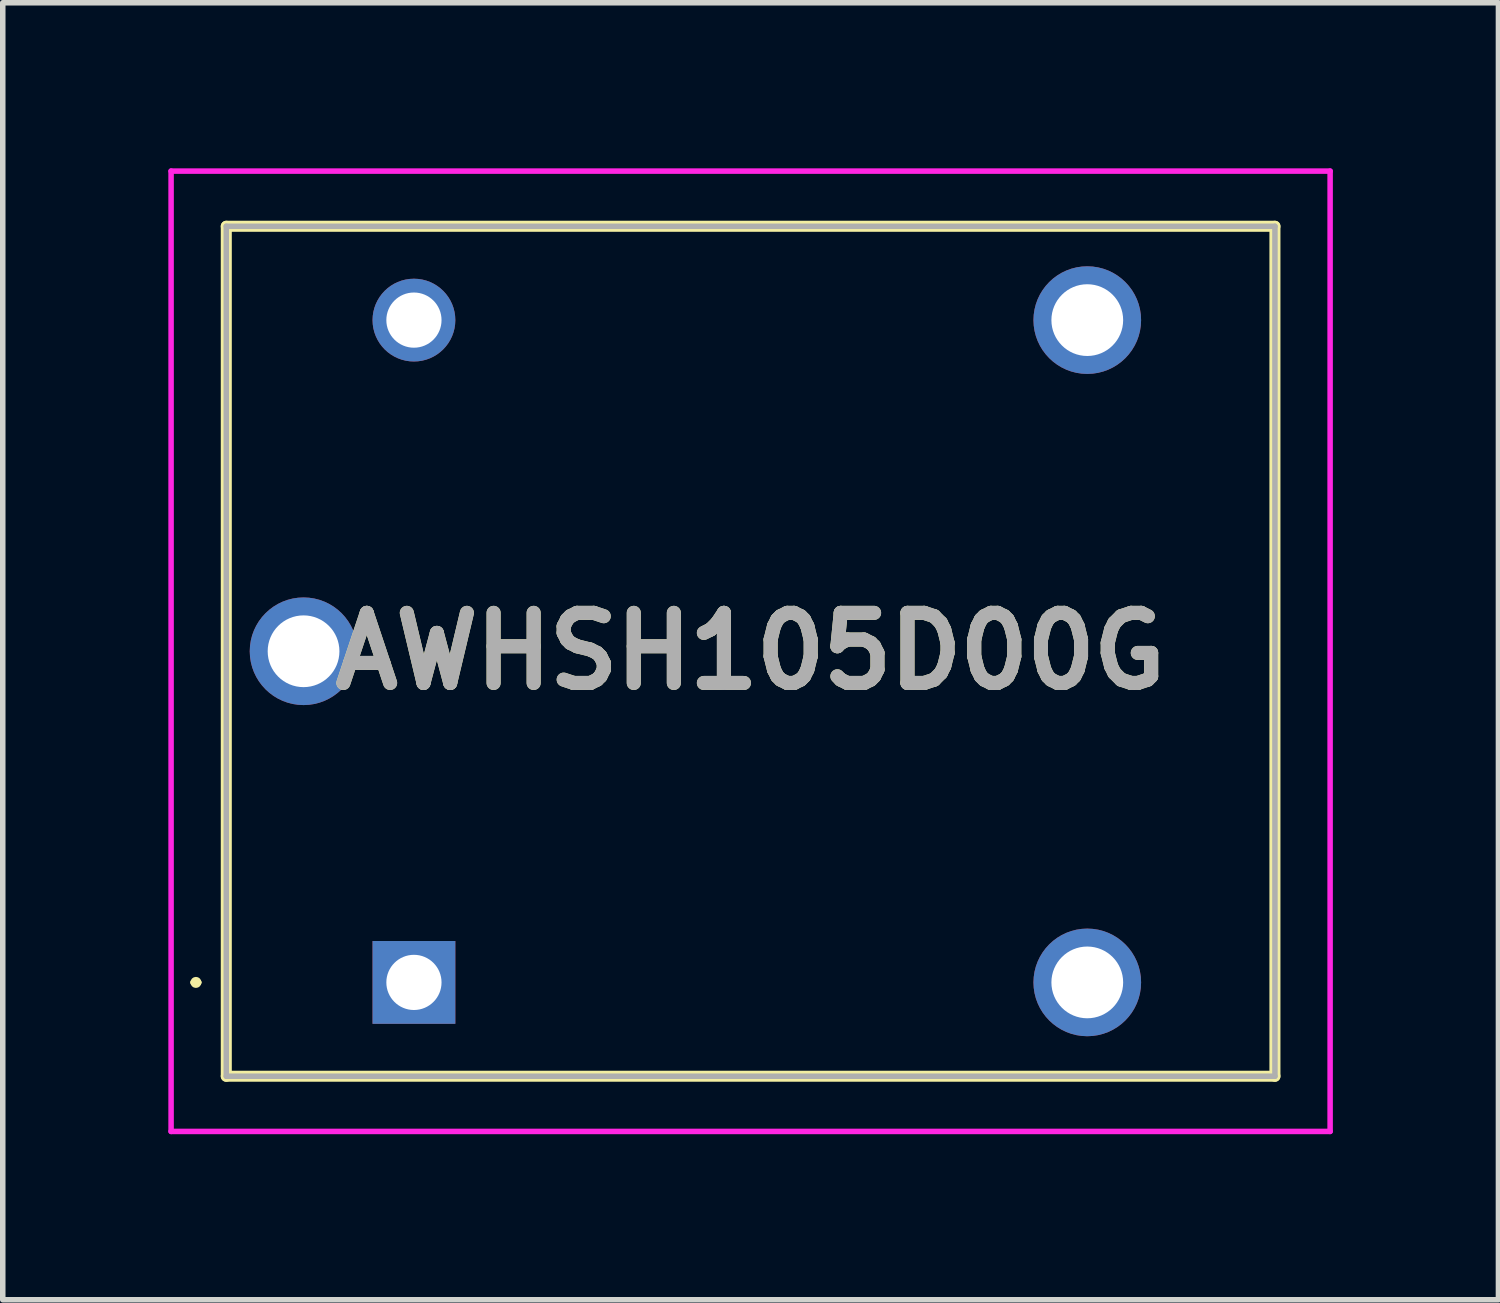
<source format=kicad_pcb>
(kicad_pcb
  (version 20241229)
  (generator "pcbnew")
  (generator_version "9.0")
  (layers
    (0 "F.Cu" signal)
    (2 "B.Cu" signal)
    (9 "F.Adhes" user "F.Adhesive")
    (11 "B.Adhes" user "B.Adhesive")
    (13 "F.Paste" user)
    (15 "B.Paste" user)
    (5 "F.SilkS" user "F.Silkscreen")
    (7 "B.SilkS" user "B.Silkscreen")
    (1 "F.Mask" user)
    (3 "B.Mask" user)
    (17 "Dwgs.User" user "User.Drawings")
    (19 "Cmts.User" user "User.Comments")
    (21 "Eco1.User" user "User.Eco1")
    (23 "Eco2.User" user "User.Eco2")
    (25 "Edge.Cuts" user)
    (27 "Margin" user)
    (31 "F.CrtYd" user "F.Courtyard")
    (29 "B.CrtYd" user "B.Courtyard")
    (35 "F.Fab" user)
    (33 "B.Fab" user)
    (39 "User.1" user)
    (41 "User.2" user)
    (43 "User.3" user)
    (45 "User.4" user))
  (footprint "AWHSH105D00G"
    (layer "F.Cu")
    (at 4.45 14.75)
    (property "Reference" "AWHSH105D00G" (at 6.1 -6 0) (layer "F.SilkS") (effects (font (size 1.27 1.27) (thickness 0.254))))
    (attr through_hole)
    (fp_line (start -4 0) (end -4 0) (stroke (width 0.1) (type solid)) (layer "F.SilkS"))
    (fp_line (start -3.9 0) (end -3.9 0) (stroke (width 0.1) (type solid)) (layer "F.SilkS"))
    (fp_line (start -3.4 -13.7) (end -3.4 1.7) (stroke (width 0.2) (type solid)) (layer "F.SilkS"))
    (fp_line (start -3.4 1.7) (end 15.6 1.7) (stroke (width 0.2) (type solid)) (layer "F.SilkS"))
    (fp_line (start 15.6 -13.7) (end -3.4 -13.7) (stroke (width 0.2) (type solid)) (layer "F.SilkS"))
    (fp_line (start 15.6 1.7) (end 15.6 -13.7) (stroke (width 0.2) (type solid)) (layer "F.SilkS"))
    (fp_arc (start -4 0) (mid -3.95 -0.05) (end -3.9 0) (stroke (width 0.1) (type solid)) (layer "F.SilkS"))
    (fp_arc (start -3.9 0) (mid -3.95 0.05) (end -4 0) (stroke (width 0.1) (type solid)) (layer "F.SilkS"))
    (fp_line (start -4.4 -14.7) (end 16.6 -14.7) (stroke (width 0.1) (type solid)) (layer "F.CrtYd"))
    (fp_line (start -4.4 2.7) (end -4.4 -14.7) (stroke (width 0.1) (type solid)) (layer "F.CrtYd"))
    (fp_line (start 16.6 -14.7) (end 16.6 2.7) (stroke (width 0.1) (type solid)) (layer "F.CrtYd"))
    (fp_line (start 16.6 2.7) (end -4.4 2.7) (stroke (width 0.1) (type solid)) (layer "F.CrtYd"))
    (fp_line (start -3.4 -13.7) (end -3.4 1.7) (stroke (width 0.1) (type solid)) (layer "F.Fab"))
    (fp_line (start -3.4 1.7) (end 15.6 1.7) (stroke (width 0.1) (type solid)) (layer "F.Fab"))
    (fp_line (start 15.6 -13.7) (end -3.4 -13.7) (stroke (width 0.1) (type solid)) (layer "F.Fab"))
    (fp_line (start 15.6 1.7) (end 15.6 -13.7) (stroke (width 0.1) (type solid)) (layer "F.Fab"))
    (fp_text user "${REFERENCE}" (at 6.1 -6 0) (layer "F.Fab") (effects (font (size 1.27 1.27) (thickness 0.254))))
    (pad "1" thru_hole rect (at 0 0) (size 1.5 1.5) (drill 1) (layers "*.Cu" "*.Mask"))
    (pad "2" thru_hole circle (at 12.2 0) (size 1.95 1.95) (drill 1.3) (layers "*.Cu" "*.Mask"))
    (pad "3" thru_hole circle (at 12.2 -12) (size 1.95 1.95) (drill 1.3) (layers "*.Cu" "*.Mask"))
    (pad "4" thru_hole circle (at 0 -12) (size 1.5 1.5) (drill 1) (layers "*.Cu" "*.Mask"))
    (pad "5" thru_hole circle (at -2 -6) (size 1.95 1.95) (drill 1.3) (layers "*.Cu" "*.Mask")))
  (gr_rect
    (start -3 -3)
    (end 24.1 20.5)
    (stroke (width 0.1) (type default))
    (fill no)
    (layer "Edge.Cuts")))
</source>
